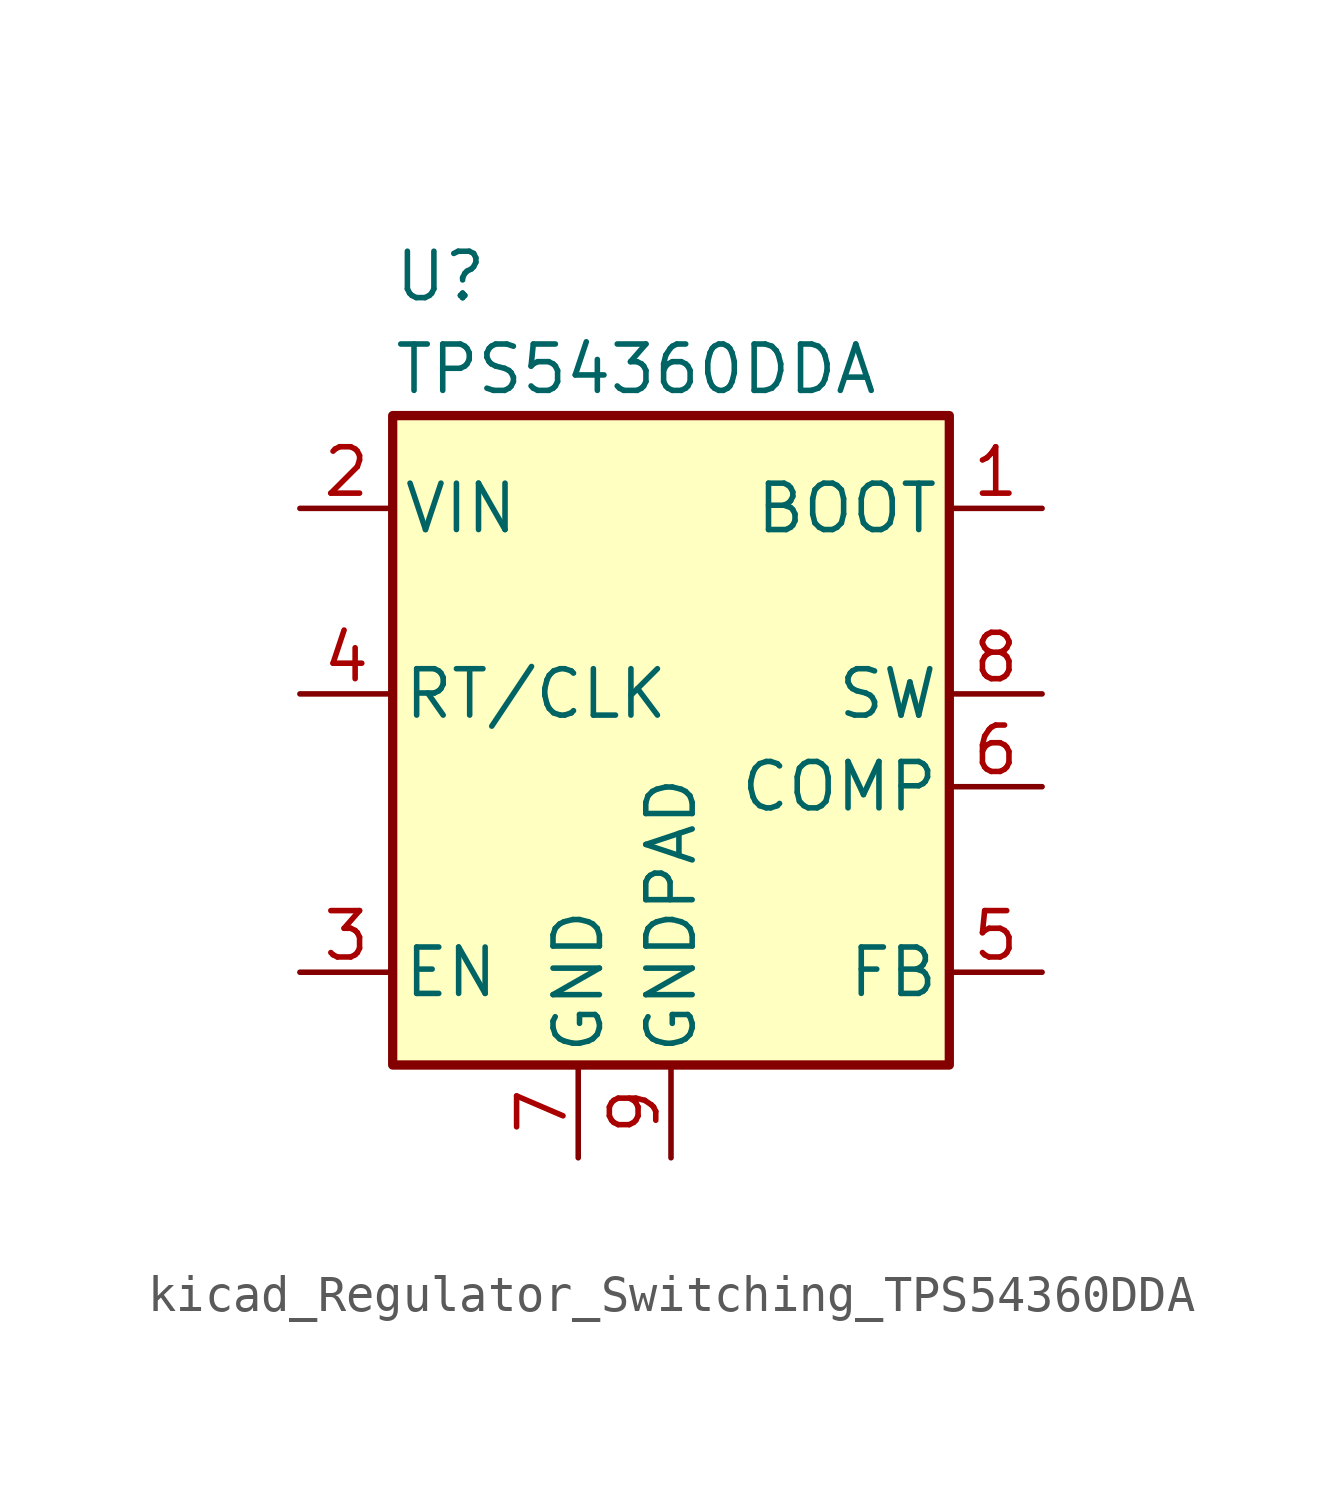
<source format=kicad_sym>
(kicad_symbol_lib
  (version 20220914)
  (generator kicad_symbol_editor)
  (symbol "kicad_Regulator_Switching_TPS54360DDA"
    (pin_names
      (offset 0.254))
    (property "Reference" "U"
      (at -7.62 11.43 0)
      (effects (font (size 1.27 1.27)) (justify left)))
    (property "Value" "TPS54360DDA"
      (at -7.62 8.89 0)
      (effects (font (size 1.27 1.27)) (justify left)))
    (symbol "kicad_Regulator_Switching_TPS54360DDA_0_1"
      (rectangle (start -7.62 7.62) (end 7.62 -10.16) (stroke (width 0.254) (type default)) (fill (type background))))
    (symbol "kicad_Regulator_Switching_TPS54360DDA_1_1"
      (pin input line (at 10.16 5.08 180) (length 2.54) (name "BOOT" (effects (font (size 1.27 1.27)))) (number "1" (effects (font (size 1.27 1.27)))))
      (pin power_in line (at -10.16 5.08 0) (length 2.54) (name "VIN" (effects (font (size 1.27 1.27)))) (number "2" (effects (font (size 1.27 1.27)))))
      (pin input line (at -10.16 -7.62 0) (length 2.54) (name "EN" (effects (font (size 1.27 1.27)))) (number "3" (effects (font (size 1.27 1.27)))))
      (pin input line (at -10.16 0 0) (length 2.54) (name "RT/CLK" (effects (font (size 1.27 1.27)))) (number "4" (effects (font (size 1.27 1.27)))))
      (pin input line (at 10.16 -7.62 180) (length 2.54) (name "FB" (effects (font (size 1.27 1.27)))) (number "5" (effects (font (size 1.27 1.27)))))
      (pin passive line (at 10.16 -2.54 180) (length 2.54) (name "COMP" (effects (font (size 1.27 1.27)))) (number "6" (effects (font (size 1.27 1.27)))))
      (pin power_in line (at -2.54 -12.7 90) (length 2.54) (name "GND" (effects (font (size 1.27 1.27)))) (number "7" (effects (font (size 1.27 1.27)))))
      (pin output line (at 10.16 0 180) (length 2.54) (name "SW" (effects (font (size 1.27 1.27)))) (number "8" (effects (font (size 1.27 1.27)))))
      (pin power_in line (at 0 -12.7 90) (length 2.54) (name "GNDPAD" (effects (font (size 1.27 1.27)))) (number "9" (effects (font (size 1.27 1.27))))))))
</source>
